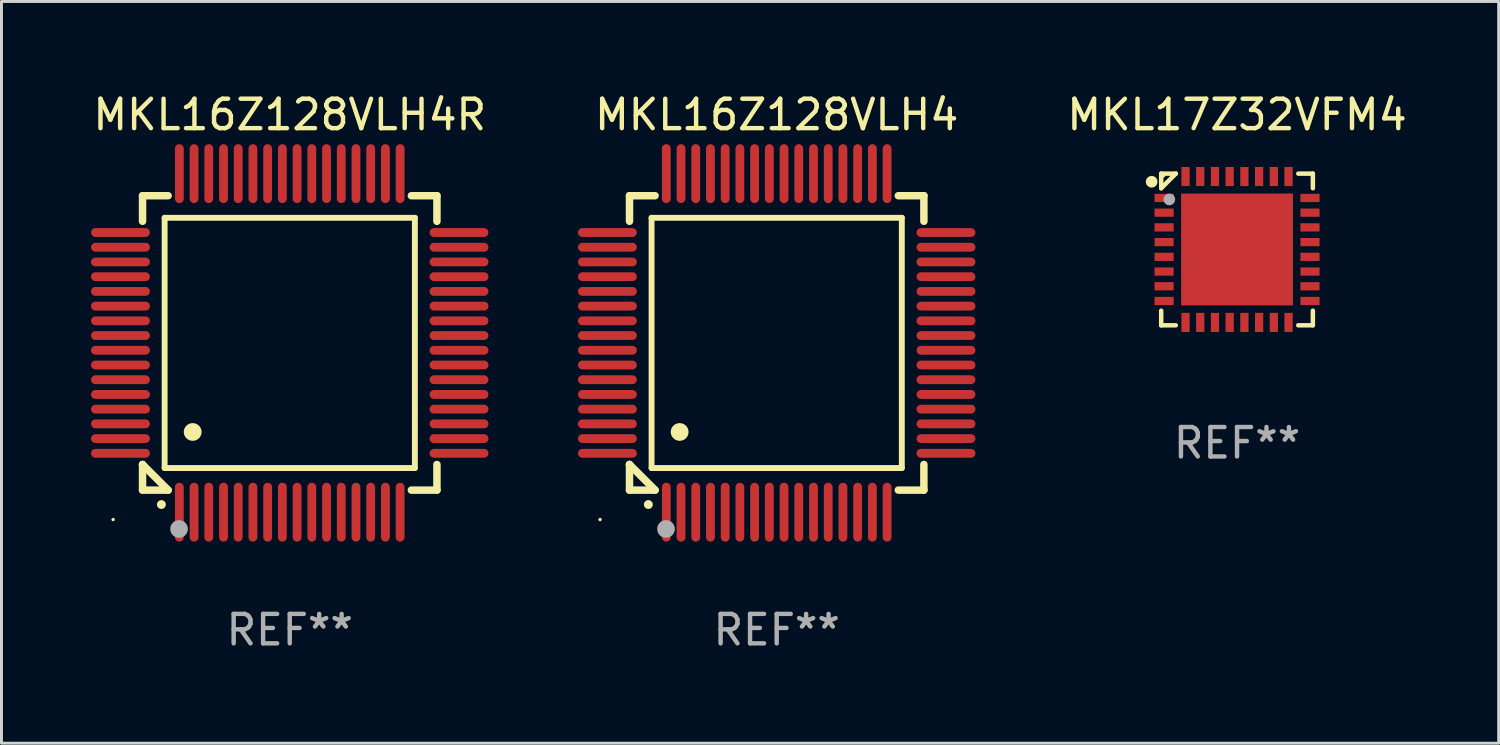
<source format=kicad_pcb>
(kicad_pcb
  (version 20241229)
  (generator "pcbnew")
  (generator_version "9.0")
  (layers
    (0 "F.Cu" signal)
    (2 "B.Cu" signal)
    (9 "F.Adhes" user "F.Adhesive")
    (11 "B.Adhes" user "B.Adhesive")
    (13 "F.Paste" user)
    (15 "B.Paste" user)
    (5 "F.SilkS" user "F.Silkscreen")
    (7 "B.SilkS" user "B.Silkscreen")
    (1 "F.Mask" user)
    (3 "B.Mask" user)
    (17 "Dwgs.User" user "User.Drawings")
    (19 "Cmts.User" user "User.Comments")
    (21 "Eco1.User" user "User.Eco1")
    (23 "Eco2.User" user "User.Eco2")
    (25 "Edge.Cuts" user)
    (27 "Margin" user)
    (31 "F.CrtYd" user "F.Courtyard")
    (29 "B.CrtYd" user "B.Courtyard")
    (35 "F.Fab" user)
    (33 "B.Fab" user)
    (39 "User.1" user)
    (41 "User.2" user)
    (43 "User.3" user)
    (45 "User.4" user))
  (footprint "MKL17Z32VFM4"
    (layer "F.Cu")
    (at 38.97 5.424)
    (property "Reference" "MKL17Z32VFM4" (at 0 -4.576 0) (layer "F.SilkS") (effects (font (size 1 1) (thickness 0.15))))
    (attr through_hole)
    (fp_line (start -2.576 -2.576) (end -2.576 -2.08) (stroke (width 0.152) (type solid)) (layer "F.SilkS"))
    (fp_line (start -2.576 2.576) (end -2.576 2.08) (stroke (width 0.152) (type solid)) (layer "F.SilkS"))
    (fp_line (start -2.08 -2.576) (end -2.576 -2.576) (stroke (width 0.152) (type solid)) (layer "F.SilkS"))
    (fp_line (start -2.08 -2.576) (end -2.576 -2.08) (stroke (width 0.152) (type solid)) (layer "F.SilkS"))
    (fp_line (start -2.08 2.576) (end -2.576 2.576) (stroke (width 0.152) (type solid)) (layer "F.SilkS"))
    (fp_line (start 2.08 -2.576) (end 2.576 -2.576) (stroke (width 0.152) (type solid)) (layer "F.SilkS"))
    (fp_line (start 2.08 2.576) (end 2.576 2.576) (stroke (width 0.152) (type solid)) (layer "F.SilkS"))
    (fp_line (start 2.576 -2.576) (end 2.576 -2.08) (stroke (width 0.152) (type solid)) (layer "F.SilkS"))
    (fp_line (start 2.576 2.576) (end 2.576 2.08) (stroke (width 0.152) (type solid)) (layer "F.SilkS"))
    (fp_circle (center -2.9 -2.3) (end -2.8 -2.3) (stroke (width 0.2) (type solid)) (fill no) (layer "F.SilkS"))
    (fp_circle (center -2.5 -2.5) (end -2.47 -2.5) (stroke (width 0.06) (type solid)) (fill no) (layer "F.SilkS"))
    (fp_circle (center -2.3 -1.7) (end -2.2 -1.7) (stroke (width 0.2) (type solid)) (fill no) (layer "F.Fab"))
    (fp_text user "REF**" (at 0 6.576 0) (layer "F.Fab") (effects (font (size 1 1) (thickness 0.15))))
    (pad "1" smd rect (at -2.478 -1.75) (size 0.65 0.28) (layers "F.Cu" "F.Mask" "F.Paste"))
    (pad "2" smd rect (at -2.478 -1.25) (size 0.65 0.28) (layers "F.Cu" "F.Mask" "F.Paste"))
    (pad "3" smd rect (at -2.478 -0.75) (size 0.65 0.28) (layers "F.Cu" "F.Mask" "F.Paste"))
    (pad "4" smd rect (at -2.478 -0.25) (size 0.65 0.28) (layers "F.Cu" "F.Mask" "F.Paste"))
    (pad "5" smd rect (at -2.478 0.25) (size 0.65 0.28) (layers "F.Cu" "F.Mask" "F.Paste"))
    (pad "6" smd rect (at -2.478 0.75) (size 0.65 0.28) (layers "F.Cu" "F.Mask" "F.Paste"))
    (pad "7" smd rect (at -2.478 1.25) (size 0.65 0.28) (layers "F.Cu" "F.Mask" "F.Paste"))
    (pad "8" smd rect (at -2.478 1.75) (size 0.65 0.28) (layers "F.Cu" "F.Mask" "F.Paste"))
    (pad "9" smd rect (at -1.75 2.478) (size 0.28 0.65) (layers "F.Cu" "F.Mask" "F.Paste"))
    (pad "10" smd rect (at -1.25 2.478) (size 0.28 0.65) (layers "F.Cu" "F.Mask" "F.Paste"))
    (pad "11" smd rect (at -0.75 2.478) (size 0.28 0.65) (layers "F.Cu" "F.Mask" "F.Paste"))
    (pad "12" smd rect (at -0.25 2.478) (size 0.28 0.65) (layers "F.Cu" "F.Mask" "F.Paste"))
    (pad "13" smd rect (at 0.25 2.478) (size 0.28 0.65) (layers "F.Cu" "F.Mask" "F.Paste"))
    (pad "14" smd rect (at 0.75 2.478) (size 0.28 0.65) (layers "F.Cu" "F.Mask" "F.Paste"))
    (pad "15" smd rect (at 1.25 2.478) (size 0.28 0.65) (layers "F.Cu" "F.Mask" "F.Paste"))
    (pad "16" smd rect (at 1.75 2.478) (size 0.28 0.65) (layers "F.Cu" "F.Mask" "F.Paste"))
    (pad "17" smd rect (at 2.478 1.75) (size 0.65 0.28) (layers "F.Cu" "F.Mask" "F.Paste"))
    (pad "18" smd rect (at 2.478 1.25) (size 0.65 0.28) (layers "F.Cu" "F.Mask" "F.Paste"))
    (pad "19" smd rect (at 2.478 0.75) (size 0.65 0.28) (layers "F.Cu" "F.Mask" "F.Paste"))
    (pad "20" smd rect (at 2.478 0.25) (size 0.65 0.28) (layers "F.Cu" "F.Mask" "F.Paste"))
    (pad "21" smd rect (at 2.478 -0.25) (size 0.65 0.28) (layers "F.Cu" "F.Mask" "F.Paste"))
    (pad "22" smd rect (at 2.478 -0.75) (size 0.65 0.28) (layers "F.Cu" "F.Mask" "F.Paste"))
    (pad "23" smd rect (at 2.478 -1.25) (size 0.65 0.28) (layers "F.Cu" "F.Mask" "F.Paste"))
    (pad "24" smd rect (at 2.478 -1.75) (size 0.65 0.28) (layers "F.Cu" "F.Mask" "F.Paste"))
    (pad "25" smd rect (at 1.75 -2.478) (size 0.28 0.65) (layers "F.Cu" "F.Mask" "F.Paste"))
    (pad "26" smd rect (at 1.25 -2.478) (size 0.28 0.65) (layers "F.Cu" "F.Mask" "F.Paste"))
    (pad "27" smd rect (at 0.75 -2.478) (size 0.28 0.65) (layers "F.Cu" "F.Mask" "F.Paste"))
    (pad "28" smd rect (at 0.25 -2.478) (size 0.28 0.65) (layers "F.Cu" "F.Mask" "F.Paste"))
    (pad "29" smd rect (at -0.25 -2.478) (size 0.28 0.65) (layers "F.Cu" "F.Mask" "F.Paste"))
    (pad "30" smd rect (at -0.75 -2.478) (size 0.28 0.65) (layers "F.Cu" "F.Mask" "F.Paste"))
    (pad "31" smd rect (at -1.25 -2.478) (size 0.28 0.65) (layers "F.Cu" "F.Mask" "F.Paste"))
    (pad "32" smd rect (at -1.75 -2.478) (size 0.28 0.65) (layers "F.Cu" "F.Mask" "F.Paste"))
    (pad "33" smd rect (at 0 0) (size 3.8 3.8) (layers "F.Cu" "F.Mask" "F.Paste")))
  (footprint "MKL16Z128VLH4"
    (layer "F.Cu")
    (at 23.333 8.598)
    (property "Reference" "MKL16Z128VLH4" (at 0 -7.75 0) (layer "F.SilkS") (effects (font (size 1 1) (thickness 0.15))))
    (attr through_hole)
    (fp_line (start -5 -5) (end -4.131 -5) (stroke (width 0.254) (type solid)) (layer "F.SilkS"))
    (fp_line (start -5 -4.131) (end -5 -5) (stroke (width 0.254) (type solid)) (layer "F.SilkS"))
    (fp_line (start -5 4.131) (end -5 4.131) (stroke (width 0.254) (type solid)) (layer "F.SilkS"))
    (fp_line (start -5 5) (end -5 4.131) (stroke (width 0.254) (type solid)) (layer "F.SilkS"))
    (fp_line (start -5 4.131) (end -4.131 5) (stroke (width 0.254) (type solid)) (layer "F.SilkS"))
    (fp_line (start -4.25 -4.25) (end -4.25 4.25) (stroke (width 0.2) (type solid)) (layer "F.SilkS"))
    (fp_line (start -4.25 4.25) (end 4.25 4.25) (stroke (width 0.2) (type solid)) (layer "F.SilkS"))
    (fp_line (start -4.131 5) (end -5 5) (stroke (width 0.254) (type solid)) (layer "F.SilkS"))
    (fp_line (start 4.25 -4.25) (end -4.25 -4.25) (stroke (width 0.2) (type solid)) (layer "F.SilkS"))
    (fp_line (start 4.25 4.25) (end 4.25 -4.25) (stroke (width 0.2) (type solid)) (layer "F.SilkS"))
    (fp_line (start 5 -5) (end 4.131 -5) (stroke (width 0.254) (type solid)) (layer "F.SilkS"))
    (fp_line (start 5 -5) (end 5 -4.131) (stroke (width 0.254) (type solid)) (layer "F.SilkS"))
    (fp_line (start 5 4.131) (end 5 5) (stroke (width 0.254) (type solid)) (layer "F.SilkS"))
    (fp_line (start 5 5) (end 4.131 5) (stroke (width 0.254) (type solid)) (layer "F.SilkS"))
    (fp_arc (start -4.361265 5.489992) (mid -4.359995 5.489987) (end -4.358725 5.489992) (stroke (width 0.3) (type solid)) (layer "F.SilkS"))
    (fp_arc (start -3.299467 3.025146) (mid -3.296927 3.025135) (end -3.294387 3.025146) (stroke (width 0.6) (type solid)) (layer "F.SilkS"))
    (fp_circle (center -6 6) (end -5.97 6) (stroke (width 0.06) (type solid)) (fill no) (layer "F.SilkS"))
    (fp_circle (center -3.76 6.32) (end -3.61 6.32) (stroke (width 0.3) (type solid)) (fill no) (layer "F.Fab"))
    (fp_text user "REF**" (at 0 9.75 0) (layer "F.Fab") (effects (font (size 1 1) (thickness 0.15))))
    (pad "1" smd oval (at -3.75 5.75) (size 0.3 2) (layers "F.Cu" "F.Mask" "F.Paste"))
    (pad "2" smd oval (at -3.25 5.75) (size 0.3 2) (layers "F.Cu" "F.Mask" "F.Paste"))
    (pad "3" smd oval (at -2.75 5.75) (size 0.3 2) (layers "F.Cu" "F.Mask" "F.Paste"))
    (pad "4" smd oval (at -2.25 5.75) (size 0.3 2) (layers "F.Cu" "F.Mask" "F.Paste"))
    (pad "5" smd oval (at -1.75 5.75) (size 0.3 2) (layers "F.Cu" "F.Mask" "F.Paste"))
    (pad "6" smd oval (at -1.25 5.75) (size 0.3 2) (layers "F.Cu" "F.Mask" "F.Paste"))
    (pad "7" smd oval (at -0.75 5.75) (size 0.3 2) (layers "F.Cu" "F.Mask" "F.Paste"))
    (pad "8" smd oval (at -0.25 5.75) (size 0.3 2) (layers "F.Cu" "F.Mask" "F.Paste"))
    (pad "9" smd oval (at 0.25 5.75) (size 0.3 2) (layers "F.Cu" "F.Mask" "F.Paste"))
    (pad "10" smd oval (at 0.75 5.75) (size 0.3 2) (layers "F.Cu" "F.Mask" "F.Paste"))
    (pad "11" smd oval (at 1.25 5.75) (size 0.3 2) (layers "F.Cu" "F.Mask" "F.Paste"))
    (pad "12" smd oval (at 1.75 5.75) (size 0.3 2) (layers "F.Cu" "F.Mask" "F.Paste"))
    (pad "13" smd oval (at 2.25 5.75) (size 0.3 2) (layers "F.Cu" "F.Mask" "F.Paste"))
    (pad "14" smd oval (at 2.75 5.75) (size 0.3 2) (layers "F.Cu" "F.Mask" "F.Paste"))
    (pad "15" smd oval (at 3.25 5.75) (size 0.3 2) (layers "F.Cu" "F.Mask" "F.Paste"))
    (pad "16" smd oval (at 3.75 5.75) (size 0.3 2) (layers "F.Cu" "F.Mask" "F.Paste"))
    (pad "17" smd oval (at 5.75 3.75) (size 2 0.3) (layers "F.Cu" "F.Mask" "F.Paste"))
    (pad "18" smd oval (at 5.75 3.25) (size 2 0.3) (layers "F.Cu" "F.Mask" "F.Paste"))
    (pad "19" smd oval (at 5.75 2.75) (size 2 0.3) (layers "F.Cu" "F.Mask" "F.Paste"))
    (pad "20" smd oval (at 5.75 2.25) (size 2 0.3) (layers "F.Cu" "F.Mask" "F.Paste"))
    (pad "21" smd oval (at 5.75 1.75) (size 2 0.3) (layers "F.Cu" "F.Mask" "F.Paste"))
    (pad "22" smd oval (at 5.75 1.25) (size 2 0.3) (layers "F.Cu" "F.Mask" "F.Paste"))
    (pad "23" smd oval (at 5.75 0.75) (size 2 0.3) (layers "F.Cu" "F.Mask" "F.Paste"))
    (pad "24" smd oval (at 5.75 0.25) (size 2 0.3) (layers "F.Cu" "F.Mask" "F.Paste"))
    (pad "25" smd oval (at 5.75 -0.25) (size 2 0.3) (layers "F.Cu" "F.Mask" "F.Paste"))
    (pad "26" smd oval (at 5.75 -0.75) (size 2 0.3) (layers "F.Cu" "F.Mask" "F.Paste"))
    (pad "27" smd oval (at 5.75 -1.25) (size 2 0.3) (layers "F.Cu" "F.Mask" "F.Paste"))
    (pad "28" smd oval (at 5.75 -1.75) (size 2 0.3) (layers "F.Cu" "F.Mask" "F.Paste"))
    (pad "29" smd oval (at 5.75 -2.25) (size 2 0.3) (layers "F.Cu" "F.Mask" "F.Paste"))
    (pad "30" smd oval (at 5.75 -2.75) (size 2 0.3) (layers "F.Cu" "F.Mask" "F.Paste"))
    (pad "31" smd oval (at 5.75 -3.25) (size 2 0.3) (layers "F.Cu" "F.Mask" "F.Paste"))
    (pad "32" smd oval (at 5.75 -3.75) (size 2 0.3) (layers "F.Cu" "F.Mask" "F.Paste"))
    (pad "33" smd oval (at 3.75 -5.75) (size 0.3 2) (layers "F.Cu" "F.Mask" "F.Paste"))
    (pad "34" smd oval (at 3.25 -5.75) (size 0.3 2) (layers "F.Cu" "F.Mask" "F.Paste"))
    (pad "35" smd oval (at 2.75 -5.75) (size 0.3 2) (layers "F.Cu" "F.Mask" "F.Paste"))
    (pad "36" smd oval (at 2.25 -5.75) (size 0.3 2) (layers "F.Cu" "F.Mask" "F.Paste"))
    (pad "37" smd oval (at 1.75 -5.75) (size 0.3 2) (layers "F.Cu" "F.Mask" "F.Paste"))
    (pad "38" smd oval (at 1.25 -5.75) (size 0.3 2) (layers "F.Cu" "F.Mask" "F.Paste"))
    (pad "39" smd oval (at 0.75 -5.75) (size 0.3 2) (layers "F.Cu" "F.Mask" "F.Paste"))
    (pad "40" smd oval (at 0.25 -5.75) (size 0.3 2) (layers "F.Cu" "F.Mask" "F.Paste"))
    (pad "41" smd oval (at -0.25 -5.75) (size 0.3 2) (layers "F.Cu" "F.Mask" "F.Paste"))
    (pad "42" smd oval (at -0.75 -5.75) (size 0.3 2) (layers "F.Cu" "F.Mask" "F.Paste"))
    (pad "43" smd oval (at -1.25 -5.75) (size 0.3 2) (layers "F.Cu" "F.Mask" "F.Paste"))
    (pad "44" smd oval (at -1.75 -5.75) (size 0.3 2) (layers "F.Cu" "F.Mask" "F.Paste"))
    (pad "45" smd oval (at -2.25 -5.75) (size 0.3 2) (layers "F.Cu" "F.Mask" "F.Paste"))
    (pad "46" smd oval (at -2.75 -5.75) (size 0.3 2) (layers "F.Cu" "F.Mask" "F.Paste"))
    (pad "47" smd oval (at -3.25 -5.75) (size 0.3 2) (layers "F.Cu" "F.Mask" "F.Paste"))
    (pad "48" smd oval (at -3.75 -5.75) (size 0.3 2) (layers "F.Cu" "F.Mask" "F.Paste"))
    (pad "49" smd oval (at -5.75 -3.75) (size 2 0.3) (layers "F.Cu" "F.Mask" "F.Paste"))
    (pad "50" smd oval (at -5.75 -3.25) (size 2 0.3) (layers "F.Cu" "F.Mask" "F.Paste"))
    (pad "51" smd oval (at -5.75 -2.75) (size 2 0.3) (layers "F.Cu" "F.Mask" "F.Paste"))
    (pad "52" smd oval (at -5.75 -2.25) (size 2 0.3) (layers "F.Cu" "F.Mask" "F.Paste"))
    (pad "53" smd oval (at -5.75 -1.75) (size 2 0.3) (layers "F.Cu" "F.Mask" "F.Paste"))
    (pad "54" smd oval (at -5.75 -1.25) (size 2 0.3) (layers "F.Cu" "F.Mask" "F.Paste"))
    (pad "55" smd oval (at -5.75 -0.75) (size 2 0.3) (layers "F.Cu" "F.Mask" "F.Paste"))
    (pad "56" smd oval (at -5.75 -0.25) (size 2 0.3) (layers "F.Cu" "F.Mask" "F.Paste"))
    (pad "57" smd oval (at -5.75 0.25) (size 2 0.3) (layers "F.Cu" "F.Mask" "F.Paste"))
    (pad "58" smd oval (at -5.75 0.75) (size 2 0.3) (layers "F.Cu" "F.Mask" "F.Paste"))
    (pad "59" smd oval (at -5.75 1.25) (size 2 0.3) (layers "F.Cu" "F.Mask" "F.Paste"))
    (pad "60" smd oval (at -5.75 1.75) (size 2 0.3) (layers "F.Cu" "F.Mask" "F.Paste"))
    (pad "61" smd oval (at -5.75 2.25) (size 2 0.3) (layers "F.Cu" "F.Mask" "F.Paste"))
    (pad "62" smd oval (at -5.75 2.75) (size 2 0.3) (layers "F.Cu" "F.Mask" "F.Paste"))
    (pad "63" smd oval (at -5.75 3.25) (size 2 0.3) (layers "F.Cu" "F.Mask" "F.Paste"))
    (pad "64" smd oval (at -5.75 3.75) (size 2 0.3) (layers "F.Cu" "F.Mask" "F.Paste")))
  (footprint "MKL16Z128VLH4R"
    (layer "F.Cu")
    (at 6.792 8.598)
    (property "Reference" "MKL16Z128VLH4R" (at 0 -7.75 0) (layer "F.SilkS") (effects (font (size 1 1) (thickness 0.15))))
    (attr through_hole)
    (fp_line (start -5 -5) (end -4.131 -5) (stroke (width 0.254) (type solid)) (layer "F.SilkS"))
    (fp_line (start -5 -4.131) (end -5 -5) (stroke (width 0.254) (type solid)) (layer "F.SilkS"))
    (fp_line (start -5 4.131) (end -5 4.131) (stroke (width 0.254) (type solid)) (layer "F.SilkS"))
    (fp_line (start -5 5) (end -5 4.131) (stroke (width 0.254) (type solid)) (layer "F.SilkS"))
    (fp_line (start -5 4.131) (end -4.131 5) (stroke (width 0.254) (type solid)) (layer "F.SilkS"))
    (fp_line (start -4.25 -4.25) (end -4.25 4.25) (stroke (width 0.2) (type solid)) (layer "F.SilkS"))
    (fp_line (start -4.25 4.25) (end 4.25 4.25) (stroke (width 0.2) (type solid)) (layer "F.SilkS"))
    (fp_line (start -4.131 5) (end -5 5) (stroke (width 0.254) (type solid)) (layer "F.SilkS"))
    (fp_line (start 4.25 -4.25) (end -4.25 -4.25) (stroke (width 0.2) (type solid)) (layer "F.SilkS"))
    (fp_line (start 4.25 4.25) (end 4.25 -4.25) (stroke (width 0.2) (type solid)) (layer "F.SilkS"))
    (fp_line (start 5 -5) (end 4.131 -5) (stroke (width 0.254) (type solid)) (layer "F.SilkS"))
    (fp_line (start 5 -5) (end 5 -4.131) (stroke (width 0.254) (type solid)) (layer "F.SilkS"))
    (fp_line (start 5 4.131) (end 5 5) (stroke (width 0.254) (type solid)) (layer "F.SilkS"))
    (fp_line (start 5 5) (end 4.131 5) (stroke (width 0.254) (type solid)) (layer "F.SilkS"))
    (fp_arc (start -4.361265 5.489992) (mid -4.359995 5.489987) (end -4.358725 5.489992) (stroke (width 0.3) (type solid)) (layer "F.SilkS"))
    (fp_arc (start -3.299467 3.025146) (mid -3.296927 3.025135) (end -3.294387 3.025146) (stroke (width 0.6) (type solid)) (layer "F.SilkS"))
    (fp_circle (center -6 6) (end -5.97 6) (stroke (width 0.06) (type solid)) (fill no) (layer "F.SilkS"))
    (fp_circle (center -3.76 6.32) (end -3.61 6.32) (stroke (width 0.3) (type solid)) (fill no) (layer "F.Fab"))
    (fp_text user "REF**" (at 0 9.75 0) (layer "F.Fab") (effects (font (size 1 1) (thickness 0.15))))
    (pad "1" smd oval (at -3.75 5.75) (size 0.3 2) (layers "F.Cu" "F.Mask" "F.Paste"))
    (pad "2" smd oval (at -3.25 5.75) (size 0.3 2) (layers "F.Cu" "F.Mask" "F.Paste"))
    (pad "3" smd oval (at -2.75 5.75) (size 0.3 2) (layers "F.Cu" "F.Mask" "F.Paste"))
    (pad "4" smd oval (at -2.25 5.75) (size 0.3 2) (layers "F.Cu" "F.Mask" "F.Paste"))
    (pad "5" smd oval (at -1.75 5.75) (size 0.3 2) (layers "F.Cu" "F.Mask" "F.Paste"))
    (pad "6" smd oval (at -1.25 5.75) (size 0.3 2) (layers "F.Cu" "F.Mask" "F.Paste"))
    (pad "7" smd oval (at -0.75 5.75) (size 0.3 2) (layers "F.Cu" "F.Mask" "F.Paste"))
    (pad "8" smd oval (at -0.25 5.75) (size 0.3 2) (layers "F.Cu" "F.Mask" "F.Paste"))
    (pad "9" smd oval (at 0.25 5.75) (size 0.3 2) (layers "F.Cu" "F.Mask" "F.Paste"))
    (pad "10" smd oval (at 0.75 5.75) (size 0.3 2) (layers "F.Cu" "F.Mask" "F.Paste"))
    (pad "11" smd oval (at 1.25 5.75) (size 0.3 2) (layers "F.Cu" "F.Mask" "F.Paste"))
    (pad "12" smd oval (at 1.75 5.75) (size 0.3 2) (layers "F.Cu" "F.Mask" "F.Paste"))
    (pad "13" smd oval (at 2.25 5.75) (size 0.3 2) (layers "F.Cu" "F.Mask" "F.Paste"))
    (pad "14" smd oval (at 2.75 5.75) (size 0.3 2) (layers "F.Cu" "F.Mask" "F.Paste"))
    (pad "15" smd oval (at 3.25 5.75) (size 0.3 2) (layers "F.Cu" "F.Mask" "F.Paste"))
    (pad "16" smd oval (at 3.75 5.75) (size 0.3 2) (layers "F.Cu" "F.Mask" "F.Paste"))
    (pad "17" smd oval (at 5.75 3.75) (size 2 0.3) (layers "F.Cu" "F.Mask" "F.Paste"))
    (pad "18" smd oval (at 5.75 3.25) (size 2 0.3) (layers "F.Cu" "F.Mask" "F.Paste"))
    (pad "19" smd oval (at 5.75 2.75) (size 2 0.3) (layers "F.Cu" "F.Mask" "F.Paste"))
    (pad "20" smd oval (at 5.75 2.25) (size 2 0.3) (layers "F.Cu" "F.Mask" "F.Paste"))
    (pad "21" smd oval (at 5.75 1.75) (size 2 0.3) (layers "F.Cu" "F.Mask" "F.Paste"))
    (pad "22" smd oval (at 5.75 1.25) (size 2 0.3) (layers "F.Cu" "F.Mask" "F.Paste"))
    (pad "23" smd oval (at 5.75 0.75) (size 2 0.3) (layers "F.Cu" "F.Mask" "F.Paste"))
    (pad "24" smd oval (at 5.75 0.25) (size 2 0.3) (layers "F.Cu" "F.Mask" "F.Paste"))
    (pad "25" smd oval (at 5.75 -0.25) (size 2 0.3) (layers "F.Cu" "F.Mask" "F.Paste"))
    (pad "26" smd oval (at 5.75 -0.75) (size 2 0.3) (layers "F.Cu" "F.Mask" "F.Paste"))
    (pad "27" smd oval (at 5.75 -1.25) (size 2 0.3) (layers "F.Cu" "F.Mask" "F.Paste"))
    (pad "28" smd oval (at 5.75 -1.75) (size 2 0.3) (layers "F.Cu" "F.Mask" "F.Paste"))
    (pad "29" smd oval (at 5.75 -2.25) (size 2 0.3) (layers "F.Cu" "F.Mask" "F.Paste"))
    (pad "30" smd oval (at 5.75 -2.75) (size 2 0.3) (layers "F.Cu" "F.Mask" "F.Paste"))
    (pad "31" smd oval (at 5.75 -3.25) (size 2 0.3) (layers "F.Cu" "F.Mask" "F.Paste"))
    (pad "32" smd oval (at 5.75 -3.75) (size 2 0.3) (layers "F.Cu" "F.Mask" "F.Paste"))
    (pad "33" smd oval (at 3.75 -5.75) (size 0.3 2) (layers "F.Cu" "F.Mask" "F.Paste"))
    (pad "34" smd oval (at 3.25 -5.75) (size 0.3 2) (layers "F.Cu" "F.Mask" "F.Paste"))
    (pad "35" smd oval (at 2.75 -5.75) (size 0.3 2) (layers "F.Cu" "F.Mask" "F.Paste"))
    (pad "36" smd oval (at 2.25 -5.75) (size 0.3 2) (layers "F.Cu" "F.Mask" "F.Paste"))
    (pad "37" smd oval (at 1.75 -5.75) (size 0.3 2) (layers "F.Cu" "F.Mask" "F.Paste"))
    (pad "38" smd oval (at 1.25 -5.75) (size 0.3 2) (layers "F.Cu" "F.Mask" "F.Paste"))
    (pad "39" smd oval (at 0.75 -5.75) (size 0.3 2) (layers "F.Cu" "F.Mask" "F.Paste"))
    (pad "40" smd oval (at 0.25 -5.75) (size 0.3 2) (layers "F.Cu" "F.Mask" "F.Paste"))
    (pad "41" smd oval (at -0.25 -5.75) (size 0.3 2) (layers "F.Cu" "F.Mask" "F.Paste"))
    (pad "42" smd oval (at -0.75 -5.75) (size 0.3 2) (layers "F.Cu" "F.Mask" "F.Paste"))
    (pad "43" smd oval (at -1.25 -5.75) (size 0.3 2) (layers "F.Cu" "F.Mask" "F.Paste"))
    (pad "44" smd oval (at -1.75 -5.75) (size 0.3 2) (layers "F.Cu" "F.Mask" "F.Paste"))
    (pad "45" smd oval (at -2.25 -5.75) (size 0.3 2) (layers "F.Cu" "F.Mask" "F.Paste"))
    (pad "46" smd oval (at -2.75 -5.75) (size 0.3 2) (layers "F.Cu" "F.Mask" "F.Paste"))
    (pad "47" smd oval (at -3.25 -5.75) (size 0.3 2) (layers "F.Cu" "F.Mask" "F.Paste"))
    (pad "48" smd oval (at -3.75 -5.75) (size 0.3 2) (layers "F.Cu" "F.Mask" "F.Paste"))
    (pad "49" smd oval (at -5.75 -3.75) (size 2 0.3) (layers "F.Cu" "F.Mask" "F.Paste"))
    (pad "50" smd oval (at -5.75 -3.25) (size 2 0.3) (layers "F.Cu" "F.Mask" "F.Paste"))
    (pad "51" smd oval (at -5.75 -2.75) (size 2 0.3) (layers "F.Cu" "F.Mask" "F.Paste"))
    (pad "52" smd oval (at -5.75 -2.25) (size 2 0.3) (layers "F.Cu" "F.Mask" "F.Paste"))
    (pad "53" smd oval (at -5.75 -1.75) (size 2 0.3) (layers "F.Cu" "F.Mask" "F.Paste"))
    (pad "54" smd oval (at -5.75 -1.25) (size 2 0.3) (layers "F.Cu" "F.Mask" "F.Paste"))
    (pad "55" smd oval (at -5.75 -0.75) (size 2 0.3) (layers "F.Cu" "F.Mask" "F.Paste"))
    (pad "56" smd oval (at -5.75 -0.25) (size 2 0.3) (layers "F.Cu" "F.Mask" "F.Paste"))
    (pad "57" smd oval (at -5.75 0.25) (size 2 0.3) (layers "F.Cu" "F.Mask" "F.Paste"))
    (pad "58" smd oval (at -5.75 0.75) (size 2 0.3) (layers "F.Cu" "F.Mask" "F.Paste"))
    (pad "59" smd oval (at -5.75 1.25) (size 2 0.3) (layers "F.Cu" "F.Mask" "F.Paste"))
    (pad "60" smd oval (at -5.75 1.75) (size 2 0.3) (layers "F.Cu" "F.Mask" "F.Paste"))
    (pad "61" smd oval (at -5.75 2.25) (size 2 0.3) (layers "F.Cu" "F.Mask" "F.Paste"))
    (pad "62" smd oval (at -5.75 2.75) (size 2 0.3) (layers "F.Cu" "F.Mask" "F.Paste"))
    (pad "63" smd oval (at -5.75 3.25) (size 2 0.3) (layers "F.Cu" "F.Mask" "F.Paste"))
    (pad "64" smd oval (at -5.75 3.75) (size 2 0.3) (layers "F.Cu" "F.Mask" "F.Paste")))
  (gr_rect
    (start -3 -3)
    (end 47.857 22.196)
    (stroke (width 0.1) (type default))
    (fill no)
    (layer "Edge.Cuts")))
</source>
